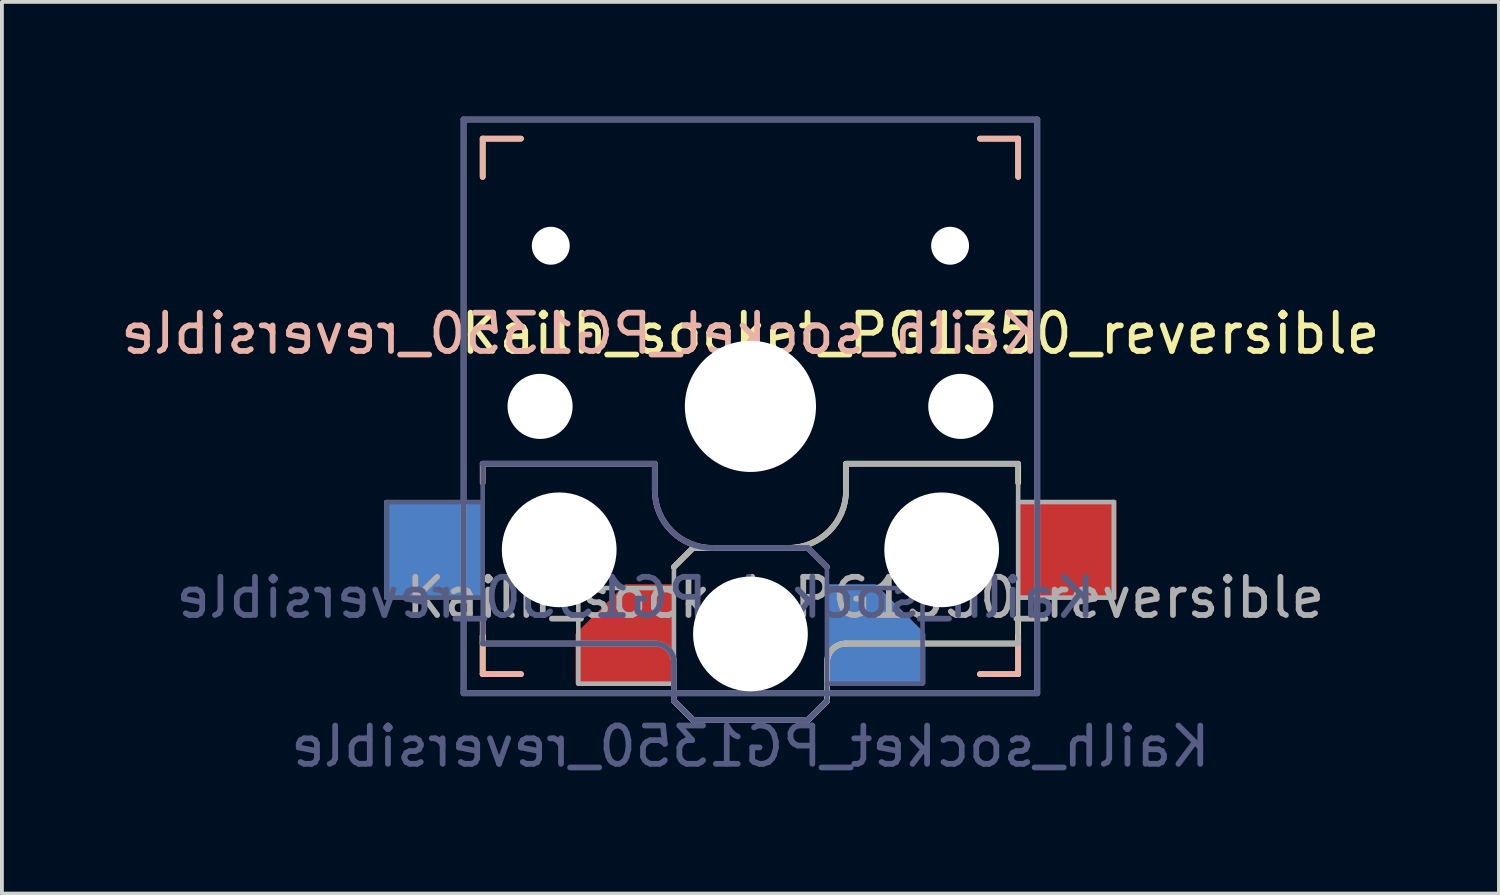
<source format=kicad_pcb>
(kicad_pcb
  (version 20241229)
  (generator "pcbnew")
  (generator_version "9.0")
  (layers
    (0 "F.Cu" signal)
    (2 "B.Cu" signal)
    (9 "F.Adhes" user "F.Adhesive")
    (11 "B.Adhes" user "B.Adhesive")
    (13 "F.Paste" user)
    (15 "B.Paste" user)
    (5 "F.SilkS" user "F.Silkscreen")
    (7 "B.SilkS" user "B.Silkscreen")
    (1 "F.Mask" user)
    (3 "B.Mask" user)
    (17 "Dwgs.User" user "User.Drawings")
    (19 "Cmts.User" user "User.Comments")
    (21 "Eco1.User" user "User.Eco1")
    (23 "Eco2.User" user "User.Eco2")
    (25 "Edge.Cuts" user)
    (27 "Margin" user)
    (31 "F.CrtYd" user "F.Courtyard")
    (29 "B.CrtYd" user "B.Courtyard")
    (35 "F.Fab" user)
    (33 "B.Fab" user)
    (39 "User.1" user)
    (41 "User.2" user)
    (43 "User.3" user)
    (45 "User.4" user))
  (footprint "Kailh_socket_PG1350_reversible"
    (layer "F.Cu")
    (at 16.57 7.575)
    (property "Reference" "Kailh_socket_PG1350_reversible" (at 4.445 -1.905 0) (layer "F.SilkS") (effects (font (size 1 1) (thickness 0.15))))
    (property "Value" "Kailh_socket_PG1350_reversible" (at 0 8.89 0) (layer "F.Fab") (hide yes) (effects (font (size 1 1) (thickness 0.15))))
    (attr smd)
    (fp_line (start -7 -7) (end -6 -7) (stroke (width 0.15) (type solid)) (layer "F.SilkS"))
    (fp_line (start -7 -6) (end -7 -7) (stroke (width 0.15) (type solid)) (layer "F.SilkS"))
    (fp_line (start -7 7) (end -7 6) (stroke (width 0.15) (type solid)) (layer "F.SilkS"))
    (fp_line (start -6 7) (end -7 7) (stroke (width 0.15) (type solid)) (layer "F.SilkS"))
    (fp_line (start -2 4.2) (end -1.5 3.7) (stroke (width 0.15) (type solid)) (layer "F.SilkS"))
    (fp_line (start -2 7.7) (end -1.5 8.2) (stroke (width 0.15) (type solid)) (layer "F.SilkS"))
    (fp_line (start -1.5 3.7) (end 1 3.7) (stroke (width 0.15) (type solid)) (layer "F.SilkS"))
    (fp_line (start -1.5 8.2) (end 1.5 8.2) (stroke (width 0.15) (type solid)) (layer "F.SilkS"))
    (fp_line (start 1.5 8.2) (end 2 7.7) (stroke (width 0.15) (type solid)) (layer "F.SilkS"))
    (fp_line (start 2 6.7) (end 2 7.7) (stroke (width 0.15) (type solid)) (layer "F.SilkS"))
    (fp_line (start 2.5 1.5) (end 7 1.5) (stroke (width 0.15) (type solid)) (layer "F.SilkS"))
    (fp_line (start 2.5 2.2) (end 2.5 1.5) (stroke (width 0.15) (type solid)) (layer "F.SilkS"))
    (fp_line (start 6 -7) (end 7 -7) (stroke (width 0.15) (type solid)) (layer "F.SilkS"))
    (fp_line (start 7 -7) (end 7 -6) (stroke (width 0.15) (type solid)) (layer "F.SilkS"))
    (fp_line (start 7 1.5) (end 7 2) (stroke (width 0.15) (type solid)) (layer "F.SilkS"))
    (fp_line (start 7 5.6) (end 7 6.2) (stroke (width 0.15) (type solid)) (layer "F.SilkS"))
    (fp_line (start 7 6) (end 7 7) (stroke (width 0.15) (type solid)) (layer "F.SilkS"))
    (fp_line (start 7 6.2) (end 2.5 6.2) (stroke (width 0.15) (type solid)) (layer "F.SilkS"))
    (fp_line (start 7 7) (end 6 7) (stroke (width 0.15) (type solid)) (layer "F.SilkS"))
    (fp_arc (start 2 6.7) (mid 2.146447 6.346447) (end 2.5 6.2) (stroke (width 0.15) (type solid)) (layer "F.SilkS"))
    (fp_arc (start 2.5 2.2) (mid 2.06066 3.26066) (end 1 3.7) (stroke (width 0.15) (type solid)) (layer "F.SilkS"))
    (fp_line (start -7 -7) (end -6 -7) (stroke (width 0.15) (type solid)) (layer "B.SilkS"))
    (fp_line (start -7 -6) (end -7 -7) (stroke (width 0.15) (type solid)) (layer "B.SilkS"))
    (fp_line (start -7 1.5) (end -7 2) (stroke (width 0.15) (type solid)) (layer "B.SilkS"))
    (fp_line (start -7 5.6) (end -7 6.2) (stroke (width 0.15) (type solid)) (layer "B.SilkS"))
    (fp_line (start -7 6.2) (end -2.5 6.2) (stroke (width 0.15) (type solid)) (layer "B.SilkS"))
    (fp_line (start -7 7) (end -7 6) (stroke (width 0.15) (type solid)) (layer "B.SilkS"))
    (fp_line (start -6 7) (end -7 7) (stroke (width 0.15) (type solid)) (layer "B.SilkS"))
    (fp_line (start -2.5 1.5) (end -7 1.5) (stroke (width 0.15) (type solid)) (layer "B.SilkS"))
    (fp_line (start -2.5 2.2) (end -2.5 1.5) (stroke (width 0.15) (type solid)) (layer "B.SilkS"))
    (fp_line (start -2 6.7) (end -2 7.7) (stroke (width 0.15) (type solid)) (layer "B.SilkS"))
    (fp_line (start -1.5 8.2) (end -2 7.7) (stroke (width 0.15) (type solid)) (layer "B.SilkS"))
    (fp_line (start 1.5 3.7) (end -1 3.7) (stroke (width 0.15) (type solid)) (layer "B.SilkS"))
    (fp_line (start 1.5 8.2) (end -1.5 8.2) (stroke (width 0.15) (type solid)) (layer "B.SilkS"))
    (fp_line (start 2 4.2) (end 1.5 3.7) (stroke (width 0.15) (type solid)) (layer "B.SilkS"))
    (fp_line (start 2 7.7) (end 1.5 8.2) (stroke (width 0.15) (type solid)) (layer "B.SilkS"))
    (fp_line (start 6 -7) (end 7 -7) (stroke (width 0.15) (type solid)) (layer "B.SilkS"))
    (fp_line (start 7 -7) (end 7 -6) (stroke (width 0.15) (type solid)) (layer "B.SilkS"))
    (fp_line (start 7 6) (end 7 7) (stroke (width 0.15) (type solid)) (layer "B.SilkS"))
    (fp_line (start 7 7) (end 6 7) (stroke (width 0.15) (type solid)) (layer "B.SilkS"))
    (fp_arc (start -2.5 6.2) (mid -2.146447 6.346447) (end -2 6.7) (stroke (width 0.15) (type solid)) (layer "B.SilkS"))
    (fp_arc (start -1 3.7) (mid -2.06066 3.26066) (end -2.5 2.2) (stroke (width 0.15) (type solid)) (layer "B.SilkS"))
    (fp_line (start -6.9 6.9) (end -6.9 -6.9) (stroke (width 0.15) (type solid)) (layer "Eco2.User"))
    (fp_line (start -6.9 6.9) (end 6.9 6.9) (stroke (width 0.15) (type solid)) (layer "Eco2.User"))
    (fp_line (start -2.6 -3.1) (end -2.6 -6.3) (stroke (width 0.15) (type solid)) (layer "Eco2.User"))
    (fp_line (start -2.6 -3.1) (end 2.6 -3.1) (stroke (width 0.15) (type solid)) (layer "Eco2.User"))
    (fp_line (start 2.6 -6.3) (end -2.6 -6.3) (stroke (width 0.15) (type solid)) (layer "Eco2.User"))
    (fp_line (start 2.6 -3.1) (end 2.6 -6.3) (stroke (width 0.15) (type solid)) (layer "Eco2.User"))
    (fp_line (start 6.9 -6.9) (end -6.9 -6.9) (stroke (width 0.15) (type solid)) (layer "Eco2.User"))
    (fp_line (start 6.9 -6.9) (end 6.9 6.9) (stroke (width 0.15) (type solid)) (layer "Eco2.User"))
    (fp_line (start -9.5 2.5) (end -7 2.5) (stroke (width 0.12) (type solid)) (layer "B.Fab"))
    (fp_line (start -9.5 5) (end -9.5 2.5) (stroke (width 0.12) (type solid)) (layer "B.Fab"))
    (fp_line (start -7.5 -7.5) (end 7.5 -7.5) (stroke (width 0.15) (type solid)) (layer "B.Fab"))
    (fp_line (start -7.5 7.5) (end -7.5 -7.5) (stroke (width 0.15) (type solid)) (layer "B.Fab"))
    (fp_line (start -7 1.5) (end -7 6.2) (stroke (width 0.12) (type solid)) (layer "B.Fab"))
    (fp_line (start -7 5) (end -9.5 5) (stroke (width 0.12) (type solid)) (layer "B.Fab"))
    (fp_line (start -7 6.2) (end -2.5 6.2) (stroke (width 0.15) (type solid)) (layer "B.Fab"))
    (fp_line (start -2.5 1.5) (end -7 1.5) (stroke (width 0.15) (type solid)) (layer "B.Fab"))
    (fp_line (start -2.5 2.2) (end -2.5 1.5) (stroke (width 0.15) (type solid)) (layer "B.Fab"))
    (fp_line (start -2 6.7) (end -2 7.7) (stroke (width 0.15) (type solid)) (layer "B.Fab"))
    (fp_line (start -1.5 8.2) (end -2 7.7) (stroke (width 0.15) (type solid)) (layer "B.Fab"))
    (fp_line (start 1.5 3.7) (end -1 3.7) (stroke (width 0.15) (type solid)) (layer "B.Fab"))
    (fp_line (start 1.5 8.2) (end -1.5 8.2) (stroke (width 0.15) (type solid)) (layer "B.Fab"))
    (fp_line (start 2 4.2) (end 1.5 3.7) (stroke (width 0.15) (type solid)) (layer "B.Fab"))
    (fp_line (start 2 4.25) (end 2 7.7) (stroke (width 0.12) (type solid)) (layer "B.Fab"))
    (fp_line (start 2 4.75) (end 4.5 4.75) (stroke (width 0.12) (type solid)) (layer "B.Fab"))
    (fp_line (start 2 7.7) (end 1.5 8.2) (stroke (width 0.15) (type solid)) (layer "B.Fab"))
    (fp_line (start 4.5 4.75) (end 4.5 7.25) (stroke (width 0.12) (type solid)) (layer "B.Fab"))
    (fp_line (start 4.5 7.25) (end 2 7.25) (stroke (width 0.12) (type solid)) (layer "B.Fab"))
    (fp_line (start 7.5 -7.5) (end 7.5 7.5) (stroke (width 0.15) (type solid)) (layer "B.Fab"))
    (fp_line (start 7.5 7.5) (end -7.5 7.5) (stroke (width 0.15) (type solid)) (layer "B.Fab"))
    (fp_arc (start -2.5 6.2) (mid -2.146447 6.346447) (end -2 6.7) (stroke (width 0.15) (type solid)) (layer "B.Fab"))
    (fp_arc (start -1 3.7) (mid -2.06066 3.26066) (end -2.5 2.2) (stroke (width 0.15) (type solid)) (layer "B.Fab"))
    (fp_line (start -7.5 -7.5) (end 7.5 -7.5) (stroke (width 0.15) (type solid)) (layer "F.Fab"))
    (fp_line (start -7.5 7.5) (end -7.5 -7.5) (stroke (width 0.15) (type solid)) (layer "F.Fab"))
    (fp_line (start -4.5 4.75) (end -4.5 7.25) (stroke (width 0.12) (type solid)) (layer "F.Fab"))
    (fp_line (start -4.5 7.25) (end -2 7.25) (stroke (width 0.12) (type solid)) (layer "F.Fab"))
    (fp_line (start -2 4.2) (end -1.5 3.7) (stroke (width 0.15) (type solid)) (layer "F.Fab"))
    (fp_line (start -2 4.25) (end -2 7.7) (stroke (width 0.12) (type solid)) (layer "F.Fab"))
    (fp_line (start -2 4.75) (end -4.5 4.75) (stroke (width 0.12) (type solid)) (layer "F.Fab"))
    (fp_line (start -2 7.7) (end -1.5 8.2) (stroke (width 0.15) (type solid)) (layer "F.Fab"))
    (fp_line (start -1.5 3.7) (end 1 3.7) (stroke (width 0.15) (type solid)) (layer "F.Fab"))
    (fp_line (start -1.5 8.2) (end 1.5 8.2) (stroke (width 0.15) (type solid)) (layer "F.Fab"))
    (fp_line (start 1.5 8.2) (end 2 7.7) (stroke (width 0.15) (type solid)) (layer "F.Fab"))
    (fp_line (start 2 6.7) (end 2 7.7) (stroke (width 0.15) (type solid)) (layer "F.Fab"))
    (fp_line (start 2.5 1.5) (end 7 1.5) (stroke (width 0.15) (type solid)) (layer "F.Fab"))
    (fp_line (start 2.5 2.2) (end 2.5 1.5) (stroke (width 0.15) (type solid)) (layer "F.Fab"))
    (fp_line (start 7 1.5) (end 7 6.2) (stroke (width 0.12) (type solid)) (layer "F.Fab"))
    (fp_line (start 7 5) (end 9.5 5) (stroke (width 0.12) (type solid)) (layer "F.Fab"))
    (fp_line (start 7 6.2) (end 2.5 6.2) (stroke (width 0.15) (type solid)) (layer "F.Fab"))
    (fp_line (start 7.5 -7.5) (end 7.5 7.5) (stroke (width 0.15) (type solid)) (layer "F.Fab"))
    (fp_line (start 7.5 7.5) (end -7.5 7.5) (stroke (width 0.15) (type solid)) (layer "F.Fab"))
    (fp_line (start 9.5 2.5) (end 7 2.5) (stroke (width 0.12) (type solid)) (layer "F.Fab"))
    (fp_line (start 9.5 5) (end 9.5 2.5) (stroke (width 0.12) (type solid)) (layer "F.Fab"))
    (fp_arc (start 2 6.7) (mid 2.146447 6.346447) (end 2.5 6.2) (stroke (width 0.15) (type solid)) (layer "F.Fab"))
    (fp_arc (start 2.5 2.2) (mid 2.06066 3.26066) (end 1 3.7) (stroke (width 0.15) (type solid)) (layer "F.Fab"))
    (fp_text user "${REFERENCE}" (at -4.445 -1.905 0) (layer "B.SilkS") (effects (font (size 1 1) (thickness 0.15)) (justify mirror)))
    (fp_text user "${REFERENCE}" (at -3 5 0) (layer "B.Fab") (effects (font (size 1 1) (thickness 0.15)) (justify mirror)))
    (fp_text user "${VALUE}" (at 0 8.89 0) (layer "B.Fab") (effects (font (size 1 1) (thickness 0.15)) (justify mirror)))
    (fp_text user "${REFERENCE}" (at 3 5 180) (layer "F.Fab") (effects (font (size 1 1) (thickness 0.15))))
    (pad "" np_thru_hole circle (at -5.5 0) (size 1.702 1.702) (drill 1.702) (layers "*.Cu" "*.Mask"))
    (pad "" np_thru_hole circle (at -5.22 -4.2) (size 0.991 0.991) (drill 0.991) (layers "*.Cu" "*.Mask"))
    (pad "" np_thru_hole circle (at -5 3.75) (size 3 3) (drill 3) (layers "*.Cu" "*.Mask"))
    (pad "" np_thru_hole circle (at 0 0) (size 3.429 3.429) (drill 3.429) (layers "*.Cu" "*.Mask"))
    (pad "" np_thru_hole circle (at 0 5.95) (size 3 3) (drill 3) (layers "*.Cu" "*.Mask"))
    (pad "" np_thru_hole circle (at 5 3.75) (size 3 3) (drill 3) (layers "*.Cu" "*.Mask"))
    (pad "" np_thru_hole circle (at 5.22 -4.2) (size 0.991 0.991) (drill 0.991) (layers "*.Cu" "*.Mask"))
    (pad "" np_thru_hole circle (at 5.5 0) (size 1.702 1.702) (drill 1.702) (layers "*.Cu" "*.Mask"))
    (pad "1" smd roundrect (at -3.275 5.95) (size 2.6 2.6) (layers "F.Cu" "F.Mask" "F.Paste") (roundrect_rratio 0) (chamfer_ratio 0.5) (chamfer top_left))
    (pad "1" smd roundrect (at 3.275 5.95) (size 2.6 2.6) (layers "B.Cu" "B.Mask" "B.Paste") (roundrect_rratio 0) (chamfer_ratio 0.5) (chamfer top_right))
    (pad "2" smd rect (at -8.275 3.75) (size 2.6 2.6) (layers "B.Cu" "B.Mask" "B.Paste"))
    (pad "2" smd rect (at 8.275 3.75) (size 2.6 2.6) (layers "F.Cu" "F.Mask" "F.Paste")))
  (gr_rect
    (start -3 -3)
    (end 36.14 20.313)
    (stroke (width 0.1) (type default))
    (fill no)
    (layer "Edge.Cuts")))
</source>
